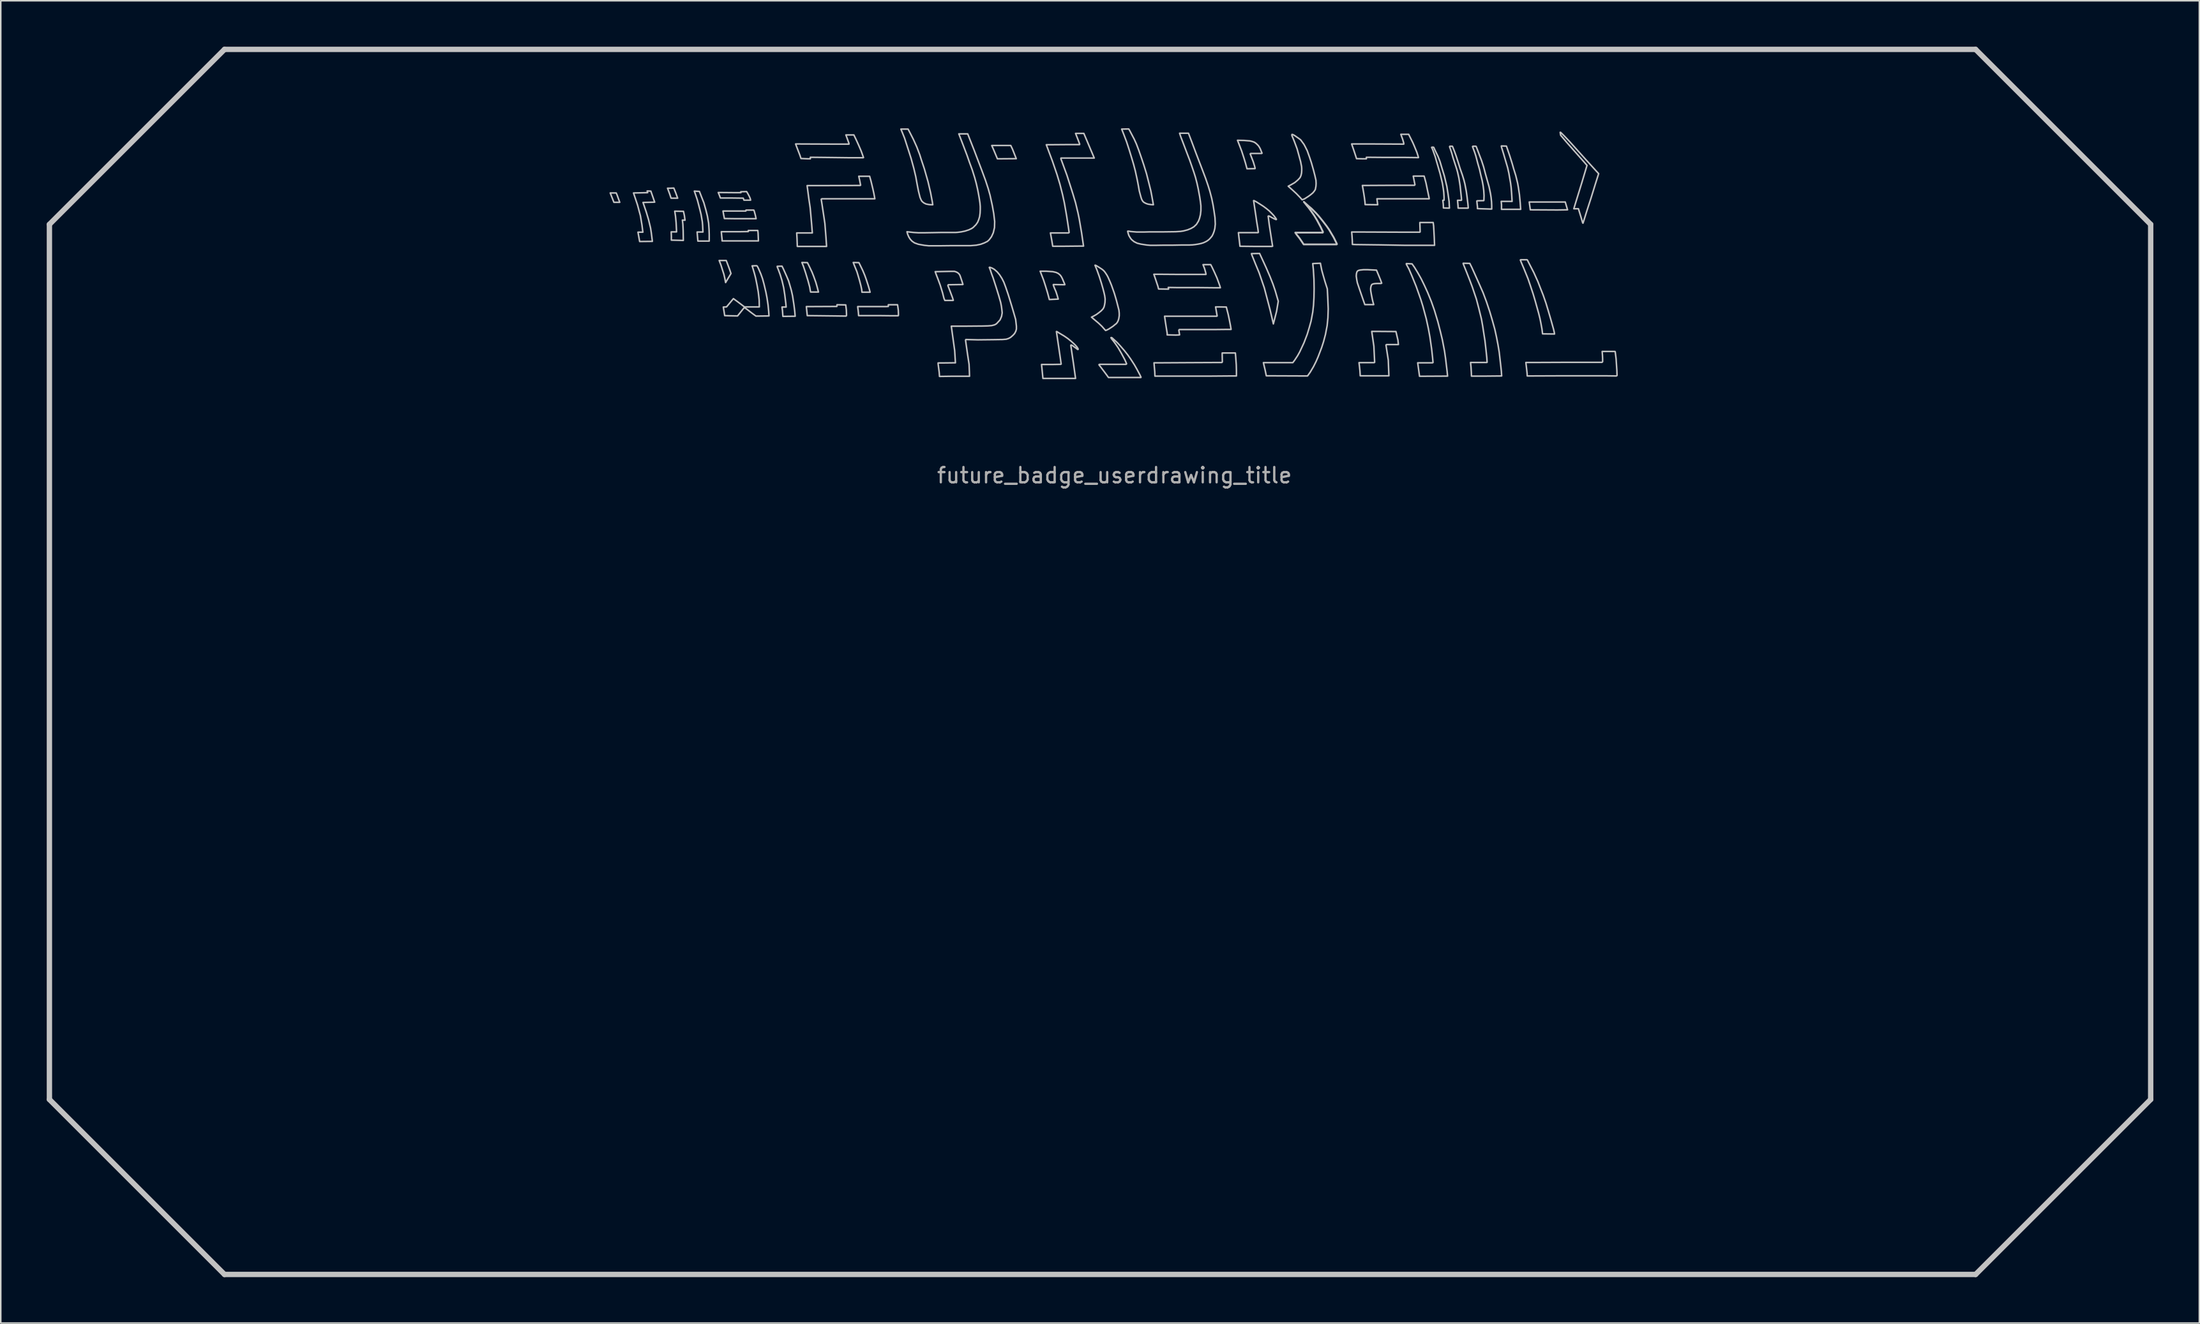
<source format=kicad_pcb>
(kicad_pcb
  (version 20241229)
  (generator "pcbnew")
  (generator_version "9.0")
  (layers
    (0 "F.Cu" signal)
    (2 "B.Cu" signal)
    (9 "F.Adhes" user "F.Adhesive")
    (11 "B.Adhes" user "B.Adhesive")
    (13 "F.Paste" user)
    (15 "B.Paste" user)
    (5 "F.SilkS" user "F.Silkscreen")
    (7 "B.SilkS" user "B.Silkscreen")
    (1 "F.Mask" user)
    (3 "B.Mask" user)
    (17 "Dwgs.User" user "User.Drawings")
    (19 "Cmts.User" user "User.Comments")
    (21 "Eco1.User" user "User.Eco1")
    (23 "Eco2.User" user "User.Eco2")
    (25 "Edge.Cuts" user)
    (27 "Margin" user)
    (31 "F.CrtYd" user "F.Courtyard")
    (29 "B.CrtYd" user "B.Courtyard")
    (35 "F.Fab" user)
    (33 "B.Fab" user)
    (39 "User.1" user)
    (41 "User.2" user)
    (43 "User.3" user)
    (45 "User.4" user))
  (footprint "future_badge_userdrawing_title"
    (layer "F.Cu")
    (at 69.688 28.491)
    (property "Reference" "future_badge_userdrawing_title" (at 0 -0.5 0) (unlocked yes) (layer "F.Fab") (effects (font (size 1 1) (thickness 0.15))))
    (fp_line (start -69.513 -16.888) (end -69.513 40.255) (stroke (width 0.35) (type solid)) (layer "Dwgs.User"))
    (fp_line (start -69.513 40.255) (end -58.085 51.684) (stroke (width 0.35) (type solid)) (layer "Dwgs.User"))
    (fp_line (start -58.085 -28.316) (end -69.513 -16.888) (stroke (width 0.35) (type solid)) (layer "Dwgs.User"))
    (fp_line (start -58.085 51.684) (end 56.201 51.684) (stroke (width 0.35) (type solid)) (layer "Dwgs.User"))
    (fp_line (start 56.201 -28.316) (end -58.085 -28.316) (stroke (width 0.35) (type solid)) (layer "Dwgs.User"))
    (fp_line (start 56.201 51.684) (end 67.629 40.255) (stroke (width 0.35) (type solid)) (layer "Dwgs.User"))
    (fp_line (start 67.629 -16.888) (end 56.201 -28.316) (stroke (width 0.35) (type solid)) (layer "Dwgs.User"))
    (fp_line (start 67.629 40.255) (end 67.629 -16.888) (stroke (width 0.35) (type solid)) (layer "Dwgs.User"))
    (fp_poly (pts (xy -32.46 -18.8) (xy -32.29 -18.33) (xy -32.67 -18.33) (xy -32.91 -18.94) (xy -32.52 -18.94)) (stroke (width 0.1) (type solid)) (fill no) (layer "Dwgs.User"))
    (fp_poly (pts (xy -6.66 -21.81) (xy -6.41 -21.18) (xy -7.64 -21.17) (xy -7.87 -21.72) (xy -8.01 -22.04) (xy -6.77 -22.04)) (stroke (width 0.1) (type solid)) (fill no) (layer "Dwgs.User"))
    (fp_poly (pts (xy 29.57 -17.84) (xy 28.91 -17.83) (xy 27.14 -17.84) (xy 27.11 -18.06) (xy 27.07 -18.35) (xy 29.42 -18.35)) (stroke (width 0.1) (type solid)) (fill no) (layer "Dwgs.User"))
    (fp_poly (pts (xy -28.64 -18.96) (xy -28.51 -18.6) (xy -28.94 -18.6) (xy -29.04 -18.9) (xy -29.17 -19.25) (xy -28.98 -19.25) (xy -28.76 -19.26)) (stroke (width 0.1) (type solid)) (fill no) (layer "Dwgs.User"))
    (fp_poly (pts (xy -23.51 -17.75) (xy -23.44 -17.49) (xy -23.39 -17.26) (xy -24.75 -17.26) (xy -25.46 -17.27) (xy -25.47 -17.33) (xy -25.51 -17.53) (xy -25.55 -17.76) (xy -24.06 -17.76) (xy -24.05 -17.82) (xy -23.54 -17.82)) (stroke (width 0.1) (type solid)) (fill no) (layer "Dwgs.User"))
    (fp_poly (pts (xy -23.26 -16.32) (xy -23.25 -16.08) (xy -23.24 -15.81) (xy -25.61 -15.81) (xy -25.61 -15.9) (xy -25.64 -16.18) (xy -25.66 -16.41) (xy -24.46 -16.41) (xy -23.9 -16.42) (xy -23.9 -16.49) (xy -23.28 -16.49)) (stroke (width 0.1) (type solid)) (fill no) (layer "Dwgs.User"))
    (fp_poly (pts (xy -25.24 -14.27) (xy -25.11 -13.92) (xy -25.03 -13.68) (xy -25.19 -13.41) (xy -25.34 -13.16) (xy -25.38 -13.09) (xy -25.42 -13.31) (xy -25.49 -13.62) (xy -25.58 -13.9) (xy -25.68 -14.22) (xy -25.8 -14.53) (xy -25.34 -14.53)) (stroke (width 0.1) (type solid)) (fill no) (layer "Dwgs.User"))
    (fp_poly (pts (xy -17.54 -11.63) (xy -17.5 -11.31) (xy -17.49 -11.04) (xy -17.49 -10.93) (xy -17.52 -10.9) (xy -18.26 -10.91) (xy -19.13 -10.92) (xy -20.05 -10.93) (xy -20.08 -11.22) (xy -20.11 -11.52) (xy -18.12 -11.53) (xy -18.11 -11.64)) (stroke (width 0.1) (type solid)) (fill no) (layer "Dwgs.User"))
    (fp_poly (pts (xy -28.13 -17.74) (xy -28.07 -17.46) (xy -28.03 -17.16) (xy -28.2 -17.17) (xy -28.17 -16.9) (xy -28.15 -16.48) (xy -28.14 -15.84) (xy -28.92 -15.86) (xy -28.92 -16.11) (xy -28.93 -16.4) (xy -28.58 -16.4) (xy -28.61 -17) (xy -28.65 -17.42) (xy -28.7 -17.75)) (stroke (width 0.1) (type solid)) (fill no) (layer "Dwgs.User"))
    (fp_poly (pts (xy -23.93 -18.9) (xy -23.83 -18.71) (xy -23.77 -18.57) (xy -23.75 -18.47) (xy -24.18 -18.47) (xy -24.23 -18.6) (xy -25 -18.61) (xy -25.72 -18.61) (xy -25.79 -18.8) (xy -25.86 -18.97) (xy -24.76 -18.96) (xy -24.38 -18.96) (xy -24.39 -19.02) (xy -24.01 -19.03)) (stroke (width 0.1) (type solid)) (fill no) (layer "Dwgs.User"))
    (fp_poly (pts (xy -20.04 -14.39) (xy -19.94 -14.19) (xy -19.74 -13.77) (xy -19.63 -13.49) (xy -19.49 -13.1) (xy -19.4 -12.78) (xy -19.32 -12.47) (xy -19.83 -12.47) (xy -19.85 -12.55) (xy -19.89 -12.79) (xy -20 -13.2) (xy -20.16 -13.73) (xy -20.3 -14.15) (xy -20.4 -14.4)) (stroke (width 0.1) (type solid)) (fill no) (layer "Dwgs.User"))
    (fp_poly (pts (xy -16.68 -14.39) (xy -16.6 -14.23) (xy -16.43 -13.88) (xy -16.3 -13.57) (xy -16.2 -13.29) (xy -16.08 -12.92) (xy -16 -12.65) (xy -15.95 -12.46) (xy -16.48 -12.46) (xy -16.5 -12.65) (xy -16.55 -12.88) (xy -16.63 -13.19) (xy -16.72 -13.5) (xy -16.81 -13.8) (xy -16.98 -14.22) (xy -17.05 -14.4)) (stroke (width 0.1) (type solid)) (fill no) (layer "Dwgs.User"))
    (fp_poly (pts (xy -14.14 -11.52) (xy -14.11 -11.29) (xy -14.1 -11.06) (xy -14.1 -10.95) (xy -14.12 -10.92) (xy -14.49 -10.92) (xy -15.37 -10.93) (xy -16.7 -10.93) (xy -16.71 -11.09) (xy -16.73 -11.28) (xy -16.75 -11.43) (xy -16.76 -11.52) (xy -14.92 -11.52) (xy -14.76 -11.53) (xy -14.76 -11.64) (xy -14.16 -11.64)) (stroke (width 0.1) (type solid)) (fill no) (layer "Dwgs.User"))
    (fp_poly (pts (xy 9.67 -14.56) (xy 9.9 -14.06) (xy 10.15 -13.48) (xy 10.34 -13) (xy 10.49 -12.56) (xy 10.69 -11.87) (xy 10.58 -11.21) (xy 10.37 -10.39) (xy 10.31 -10.65) (xy 10.16 -11.29) (xy 9.78 -12.74) (xy 9.44 -13.73) (xy 9.2 -14.31) (xy 8.96 -14.91) (xy 8.94 -14.98) (xy 9.47 -14.99)) (stroke (width 0.1) (type solid)) (fill no) (layer "Dwgs.User"))
    (fp_poly (pts (xy -30.26 -19.06) (xy -30.01 -18.34) (xy -30.77 -18.32) (xy -30.56 -17.7) (xy -30.41 -17.2) (xy -30.28 -16.66) (xy -30.23 -16.34) (xy -30.16 -15.78) (xy -30.99 -15.77) (xy -31.1 -16.38) (xy -30.78 -16.38) (xy -30.84 -16.85) (xy -30.94 -17.45) (xy -31.13 -18.16) (xy -31.39 -18.94) (xy -30.47 -18.96) (xy -30.5 -19.07)) (stroke (width 0.1) (type solid)) (fill no) (layer "Dwgs.User"))
    (fp_poly (pts (xy 7.91 -8.27) (xy 7.95 -7.72) (xy 7.96 -7.35) (xy 7.96 -6.99) (xy 7.52 -6.99) (xy 6.26 -6.98) (xy 2.64 -6.98) (xy 2.63 -7.26) (xy 2.6 -7.6) (xy 2.58 -7.85) (xy 3.15 -7.85) (xy 4.91 -7.86) (xy 7.01 -7.87) (xy 7.04 -7.91) (xy 7.03 -8.38) (xy 7.03 -8.49) (xy 7.89 -8.49)) (stroke (width 0.1) (type solid)) (fill no) (layer "Dwgs.User"))
    (fp_poly (pts (xy 20.25 -19.9) (xy 20.33 -19.6) (xy 20.53 -18.64) (xy 20.54 -18.56) (xy 17.13 -18.56) (xy 17.18 -18.17) (xy 16.36 -18.18) (xy 16.35 -18.34) (xy 16.31 -18.65) (xy 16.27 -18.91) (xy 16.18 -19.43) (xy 16.47 -19.43) (xy 18.28 -19.44) (xy 19.58 -19.44) (xy 19.61 -19.48) (xy 19.5 -20.04) (xy 20.21 -20.04)) (stroke (width 0.1) (type solid)) (fill no) (layer "Dwgs.User"))
    (fp_poly (pts (xy 20.83 -16.78) (xy 20.87 -16.05) (xy 20.89 -15.52) (xy 19.02 -15.52) (xy 17.33 -15.55) (xy 16.51 -15.56) (xy 15.75 -15.57) (xy 15.53 -15.58) (xy 15.52 -15.86) (xy 15.5 -16.17) (xy 15.48 -16.39) (xy 16.22 -16.39) (xy 18.72 -16.38) (xy 19.93 -16.38) (xy 19.95 -16.4) (xy 19.93 -17.01) (xy 20.8 -17.01)) (stroke (width 0.1) (type solid)) (fill no) (layer "Dwgs.User"))
    (fp_poly (pts (xy 18.37 -9.89) (xy 18.5 -9.33) (xy 18.53 -9.04) (xy 17.75 -9.04) (xy 17.72 -9.01) (xy 17.75 -8.81) (xy 17.87 -8.03) (xy 17.91 -7) (xy 16.04 -7) (xy 16.02 -7.32) (xy 15.99 -7.61) (xy 15.96 -7.86) (xy 16.95 -7.86) (xy 16.98 -7.88) (xy 16.97 -8.1) (xy 16.93 -8.93) (xy 16.79 -9.9) (xy 17.08 -9.9)) (stroke (width 0.1) (type solid)) (fill no) (layer "Dwgs.User"))
    (fp_poly (pts (xy -27.09 -19.04) (xy -26.95 -18.68) (xy -26.8 -18.3) (xy -26.67 -17.84) (xy -26.57 -17.44) (xy -26.49 -16.98) (xy -26.46 -16.54) (xy -26.45 -16.23) (xy -26.45 -15.8) (xy -27.19 -15.8) (xy -27.24 -16.39) (xy -26.86 -16.39) (xy -26.88 -16.83) (xy -26.9 -17.06) (xy -26.98 -17.53) (xy -27.06 -17.86) (xy -27.22 -18.47) (xy -27.34 -18.83) (xy -27.42 -19.06)) (stroke (width 0.1) (type solid)) (fill no) (layer "Dwgs.User"))
    (fp_poly (pts (xy 19.47 -22.23) (xy 19.57 -22) (xy 19.73 -21.61) (xy 19.83 -21.3) (xy 19.84 -21.25) (xy 19.73 -21.25) (xy 18.94 -21.26) (xy 17.6 -21.26) (xy 16.44 -21.27) (xy 16.44 -21.17) (xy 16.25 -21.17) (xy 15.8 -21.18) (xy 15.68 -21.55) (xy 15.48 -22.14) (xy 16.91 -22.14) (xy 18.88 -22.13) (xy 18.88 -22.2) (xy 18.81 -22.44) (xy 18.69 -22.77) (xy 19.2 -22.77)) (stroke (width 0.1) (type solid)) (fill no) (layer "Dwgs.User"))
    (fp_poly (pts (xy 29.36 -22.66) (xy 29.71 -22.29) (xy 30.78 -21.1) (xy 31.6 -20.2) (xy 31.4 -19.57) (xy 31.1 -18.6) (xy 30.84 -17.8) (xy 30.58 -16.97) (xy 30.56 -16.98) (xy 30.47 -17.29) (xy 30.28 -17.91) (xy 29.98 -17.91) (xy 30.11 -18.34) (xy 30.52 -19.67) (xy 30.84 -20.74) (xy 30.66 -20.95) (xy 29.51 -22.25) (xy 29.12 -22.71) (xy 29.09 -22.9) (xy 29.12 -22.9)) (stroke (width 0.1) (type solid)) (fill no) (layer "Dwgs.User"))
    (fp_poly (pts (xy 32.68 -8.58) (xy 32.74 -8.1) (xy 32.76 -7.79) (xy 32.79 -7.34) (xy 32.8 -7.02) (xy 32.76 -6.99) (xy 31.99 -7) (xy 29.43 -7) (xy 26.94 -6.99) (xy 26.93 -7.16) (xy 26.89 -7.53) (xy 26.85 -7.87) (xy 27.25 -7.87) (xy 29.6 -7.88) (xy 31.82 -7.88) (xy 31.86 -7.92) (xy 31.86 -8.11) (xy 31.85 -8.33) (xy 31.83 -8.59) (xy 32.65 -8.59)) (stroke (width 0.1) (type solid)) (fill no) (layer "Dwgs.User"))
    (fp_poly (pts (xy -21.62 -14) (xy -21.4 -13.51) (xy -21.27 -13.2) (xy -21.19 -12.93) (xy -21.09 -12.58) (xy -21.01 -12.22) (xy -20.92 -11.63) (xy -20.87 -11.23) (xy -20.84 -10.89) (xy -21.64 -10.88) (xy -21.65 -11) (xy -21.67 -11.27) (xy -21.7 -11.49) (xy -21.43 -11.49) (xy -21.45 -11.73) (xy -21.52 -12.3) (xy -21.59 -12.75) (xy -21.7 -13.22) (xy -21.82 -13.61) (xy -21.93 -13.91) (xy -22.01 -14.11) (xy -22.01 -14.15) (xy -21.7 -14.16)) (stroke (width 0.1) (type solid)) (fill no) (layer "Dwgs.User"))
    (fp_poly (pts (xy -16.87 -22.44) (xy -16.71 -22.09) (xy -16.55 -21.72) (xy -16.49 -21.56) (xy -16.38 -21.25) (xy -16.42 -21.24) (xy -17.25 -21.24) (xy -18.91 -21.26) (xy -19.85 -21.27) (xy -19.85 -21.17) (xy -19.99 -21.17) (xy -20.46 -21.19) (xy -20.53 -21.4) (xy -20.61 -21.61) (xy -20.73 -21.92) (xy -20.81 -22.14) (xy -20.61 -22.14) (xy -18.32 -22.13) (xy -17.33 -22.13) (xy -17.33 -22.18) (xy -17.42 -22.43) (xy -17.53 -22.73) (xy -17.01 -22.73)) (stroke (width 0.1) (type solid)) (fill no) (layer "Dwgs.User"))
    (fp_poly (pts (xy -4.02 -13.8) (xy -3.81 -13.75) (xy -3.68 -13.69) (xy -3.59 -13.62) (xy -3.52 -13.55) (xy -3.45 -13.44) (xy -3.39 -13.32) (xy -3.32 -13.15) (xy -3.25 -12.99) (xy -3.24 -12.95) (xy -3.4 -12.95) (xy -3.99 -12.96) (xy -3.99 -12.92) (xy -3.92 -12.73) (xy -3.82 -12.5) (xy -3.73 -12.22) (xy -3.67 -12.01) (xy -4.25 -11.98) (xy -4.37 -12.43) (xy -4.51 -12.89) (xy -4.63 -13.26) (xy -4.85 -13.83) (xy -4.45 -13.83)) (stroke (width 0.1) (type solid)) (fill no) (layer "Dwgs.User"))
    (fp_poly (pts (xy 6.36 -14.11) (xy 6.52 -13.77) (xy 6.69 -13.39) (xy 6.8 -13.09) (xy 6.88 -12.86) (xy 6.91 -12.75) (xy 6.45 -12.75) (xy 5.43 -12.76) (xy 4.1 -12.76) (xy 3.51 -12.77) (xy 3.53 -12.66) (xy 2.88 -12.67) (xy 2.83 -12.86) (xy 2.65 -13.4) (xy 2.57 -13.63) (xy 2.92 -13.63) (xy 4.28 -13.62) (xy 5.97 -13.62) (xy 5.97 -13.66) (xy 5.94 -13.79) (xy 5.88 -14) (xy 5.78 -14.26) (xy 6.28 -14.26)) (stroke (width 0.1) (type solid)) (fill no) (layer "Dwgs.User"))
    (fp_poly (pts (xy 8.46 -22.37) (xy 8.84 -22.34) (xy 9 -22.3) (xy 9.14 -22.25) (xy 9.26 -22.16) (xy 9.39 -22.03) (xy 9.47 -21.91) (xy 9.53 -21.79) (xy 9.58 -21.66) (xy 9.63 -21.54) (xy 9.61 -21.52) (xy 8.89 -21.52) (xy 8.86 -21.49) (xy 9.06 -20.97) (xy 9.14 -20.71) (xy 9.18 -20.55) (xy 9.17 -20.53) (xy 8.65 -20.52) (xy 8.55 -20.89) (xy 8.44 -21.25) (xy 8.3 -21.68) (xy 8.17 -22.02) (xy 8.03 -22.38)) (stroke (width 0.1) (type solid)) (fill no) (layer "Dwgs.User"))
    (fp_poly (pts (xy 7.3 -11.49) (xy 7.34 -11.33) (xy 7.42 -11.02) (xy 7.49 -10.69) (xy 7.57 -10.28) (xy 7.61 -10.03) (xy 7.35 -10.03) (xy 6.45 -10.02) (xy 4.23 -10.02) (xy 4.2 -9.98) (xy 4.25 -9.68) (xy 4.24 -9.67) (xy 4 -9.66) (xy 3.58 -9.67) (xy 3.44 -9.67) (xy 3.44 -9.78) (xy 3.4 -10.03) (xy 3.32 -10.54) (xy 3.27 -10.89) (xy 6.68 -10.89) (xy 6.7 -10.91) (xy 6.63 -11.32) (xy 6.6 -11.5) (xy 6.76 -11.5)) (stroke (width 0.1) (type solid)) (fill no) (layer "Dwgs.User"))
    (fp_poly (pts (xy 25.58 -22) (xy 25.63 -21.86) (xy 25.8 -21.36) (xy 25.96 -20.85) (xy 26.05 -20.53) (xy 26.19 -20.08) (xy 26.31 -19.59) (xy 26.36 -19.31) (xy 26.43 -18.84) (xy 26.48 -18.31) (xy 26.51 -17.87) (xy 25.26 -17.87) (xy 25.26 -18.18) (xy 25.24 -18.39) (xy 25.95 -18.39) (xy 25.94 -18.58) (xy 25.92 -18.91) (xy 25.89 -19.29) (xy 25.85 -19.6) (xy 25.74 -20.23) (xy 25.66 -20.59) (xy 25.39 -21.51) (xy 25.26 -21.93) (xy 25.25 -22.01)) (stroke (width 0.1) (type solid)) (fill no) (layer "Dwgs.User"))
    (fp_poly (pts (xy 12.67 -18.08) (xy 12.86 -17.92) (xy 13.14 -17.64) (xy 13.33 -17.43) (xy 13.59 -17.11) (xy 13.85 -16.77) (xy 14.01 -16.54) (xy 14.11 -16.37) (xy 14.3 -16.05) (xy 14.47 -15.71) (xy 14.52 -15.6) (xy 14.5 -15.58) (xy 12.35 -15.58) (xy 12.23 -15.76) (xy 12.08 -15.98) (xy 11.89 -16.22) (xy 11.8 -16.35) (xy 13.59 -16.35) (xy 13.61 -16.39) (xy 13.46 -16.71) (xy 13.22 -17.16) (xy 13.04 -17.46) (xy 12.83 -17.76) (xy 12.67 -17.98) (xy 12.57 -18.1) (xy 12.36 -18.36)) (stroke (width 0.12) (type solid)) (fill no) (layer "Dwgs.User"))
    (fp_poly (pts (xy 26.95 -14.56) (xy 27.05 -14.36) (xy 27.37 -13.74) (xy 27.64 -13.14) (xy 27.79 -12.75) (xy 27.98 -12.27) (xy 28.16 -11.75) (xy 28.32 -11.22) (xy 28.49 -10.64) (xy 28.66 -10.03) (xy 28.71 -9.81) (xy 28.72 -9.73) (xy 27.94 -9.74) (xy 27.9 -10.06) (xy 27.83 -10.44) (xy 27.77 -10.74) (xy 27.68 -11.1) (xy 27.46 -11.89) (xy 27.32 -12.36) (xy 27.14 -12.9) (xy 26.99 -13.34) (xy 26.71 -14.03) (xy 26.54 -14.43) (xy 26.49 -14.56) (xy 26.51 -14.58) (xy 26.92 -14.58)) (stroke (width 0.1) (type solid)) (fill no) (layer "Dwgs.User"))
    (fp_poly (pts (xy -15.89 -19.71) (xy -15.77 -19.21) (xy -15.7 -18.89) (xy -15.64 -18.56) (xy -19.1 -18.56) (xy -19.14 -18.53) (xy -19.09 -18.21) (xy -18.96 -17.35) (xy -18.9 -16.94) (xy -18.83 -16.05) (xy -18.79 -15.45) (xy -20.7 -15.45) (xy -20.71 -15.71) (xy -20.72 -15.99) (xy -20.74 -16.33) (xy -19.72 -16.33) (xy -19.76 -16.84) (xy -19.8 -17.3) (xy -19.86 -17.97) (xy -19.95 -18.58) (xy -20.06 -19.42) (xy -19.33 -19.42) (xy -16.59 -19.43) (xy -16.57 -19.45) (xy -16.63 -19.76) (xy -16.69 -20.03) (xy -15.98 -20.03)) (stroke (width 0.1) (type solid)) (fill no) (layer "Dwgs.User"))
    (fp_poly (pts (xy -10.32 -13.78) (xy -10.23 -13.73) (xy -10.15 -13.66) (xy -10.09 -13.57) (xy -10.04 -13.43) (xy -9.95 -13.16) (xy -9.89 -12.97) (xy -9.9 -12.96) (xy -9.98 -12.96) (xy -10.62 -12.95) (xy -10.84 -12.95) (xy -10.86 -12.93) (xy -10.87 -12.89) (xy -10.84 -12.81) (xy -10.72 -12.5) (xy -10.57 -12.1) (xy -10.52 -11.93) (xy -10.56 -11.92) (xy -11.07 -11.92) (xy -11.13 -12.06) (xy -11.22 -12.42) (xy -11.37 -12.91) (xy -11.51 -13.29) (xy -11.63 -13.6) (xy -11.7 -13.8) (xy -11.24 -13.81) (xy -10.74 -13.82) (xy -10.44 -13.82)) (stroke (width 0.1) (type solid)) (fill no) (layer "Dwgs.User"))
    (fp_poly (pts (xy -0.17 -9.49) (xy 0.18 -9.17) (xy 0.4 -8.93) (xy 0.65 -8.64) (xy 0.87 -8.36) (xy 1.06 -8.09) (xy 1.3 -7.72) (xy 1.47 -7.42) (xy 1.66 -7.06) (xy 1.73 -6.91) (xy 1.72 -6.89) (xy -0.39 -6.89) (xy -0.58 -7.15) (xy -0.95 -7.64) (xy -1 -7.7) (xy -1.01 -7.73) (xy -0.98 -7.75) (xy 0.76 -7.75) (xy 0.79 -7.78) (xy 0.76 -7.86) (xy 0.68 -8.04) (xy 0.45 -8.47) (xy 0.24 -8.83) (xy 0.07 -9.08) (xy -0.07 -9.27) (xy -0.2 -9.43) (xy -0.23 -9.49) (xy -0.21 -9.5)) (stroke (width 0.1) (type solid)) (fill no) (layer "Dwgs.User"))
    (fp_poly (pts (xy 20.84 -21.91) (xy 20.93 -21.71) (xy 21.11 -21.34) (xy 21.24 -21.01) (xy 21.38 -20.54) (xy 21.53 -20.05) (xy 21.66 -19.5) (xy 21.69 -19.38) (xy 21.77 -18.88) (xy 21.84 -18.37) (xy 21.86 -17.95) (xy 21.47 -17.96) (xy 21.46 -18.2) (xy 21.43 -18.46) (xy 21.51 -18.47) (xy 21.51 -18.68) (xy 21.49 -18.99) (xy 21.46 -19.22) (xy 21.4 -19.59) (xy 21.34 -19.84) (xy 21.25 -20.21) (xy 21.1 -20.73) (xy 21.01 -21.04) (xy 20.94 -21.29) (xy 20.77 -21.77) (xy 20.7 -21.92) (xy 20.73 -21.93) (xy 20.82 -21.93)) (stroke (width 0.1) (type solid)) (fill no) (layer "Dwgs.User"))
    (fp_poly (pts (xy -3.62 -9.8) (xy -3.27 -9.59) (xy -3.04 -9.43) (xy -2.82 -9.25) (xy -2.61 -9.06) (xy -2.47 -8.91) (xy -2.39 -8.79) (xy -2.37 -8.74) (xy -2.38 -8.72) (xy -2.42 -8.73) (xy -2.49 -8.79) (xy -2.63 -8.89) (xy -2.72 -8.96) (xy -2.81 -9.01) (xy -2.84 -9.01) (xy -2.85 -8.98) (xy -2.84 -8.92) (xy -2.8 -8.64) (xy -2.67 -7.76) (xy -2.54 -6.83) (xy -4.67 -6.83) (xy -4.76 -7.74) (xy -4.07 -7.74) (xy -3.5 -7.75) (xy -3.48 -7.77) (xy -3.53 -8.13) (xy -3.63 -8.81) (xy -3.79 -9.89) (xy -3.76 -9.89)) (stroke (width 0.1) (type solid)) (fill no) (layer "Dwgs.User"))
    (fp_poly (pts (xy -13.34 -22.86) (xy -13.13 -22.45) (xy -12.9 -21.94) (xy -12.71 -21.44) (xy -12.61 -21.12) (xy -12.41 -20.52) (xy -12.17 -19.68) (xy -12 -18.95) (xy -11.89 -18.37) (xy -11.86 -18.17) (xy -11.93 -18.17) (xy -12.1 -18.18) (xy -12.3 -18.22) (xy -12.44 -18.29) (xy -12.54 -18.37) (xy -12.59 -18.43) (xy -12.64 -18.53) (xy -12.69 -18.65) (xy -12.79 -19.05) (xy -12.84 -19.3) (xy -12.9 -19.62) (xy -12.97 -20.01) (xy -13.1 -20.56) (xy -13.27 -21.18) (xy -13.41 -21.62) (xy -13.61 -22.24) (xy -13.7 -22.52) (xy -13.84 -22.87) (xy -13.94 -23.11) (xy -13.47 -23.11)) (stroke (width 0.1) (type solid)) (fill no) (layer "Dwgs.User"))
    (fp_poly (pts (xy 19.42 -14.31) (xy 19.57 -14.1) (xy 19.79 -13.74) (xy 20.02 -13.33) (xy 20.23 -12.9) (xy 20.44 -12.44) (xy 20.68 -11.85) (xy 20.88 -11.28) (xy 21.1 -10.55) (xy 21.27 -9.89) (xy 21.4 -9.35) (xy 21.54 -8.62) (xy 21.61 -8.13) (xy 21.71 -7.29) (xy 21.74 -6.98) (xy 19.91 -6.97) (xy 19.79 -7.85) (xy 20.76 -7.85) (xy 20.79 -7.87) (xy 20.76 -8.2) (xy 20.7 -8.75) (xy 20.59 -9.52) (xy 20.49 -10.07) (xy 20.35 -10.72) (xy 20.13 -11.54) (xy 19.99 -11.99) (xy 19.69 -12.84) (xy 19.43 -13.48) (xy 19.22 -13.97) (xy 19.05 -14.28) (xy 19.05 -14.33)) (stroke (width 0.1) (type solid)) (fill no) (layer "Dwgs.User"))
    (fp_poly (pts (xy 22.07 -21.96) (xy 22.18 -21.68) (xy 22.3 -21.35) (xy 22.43 -20.95) (xy 22.56 -20.53) (xy 22.71 -20.1) (xy 22.81 -19.77) (xy 22.87 -19.53) (xy 22.96 -19.06) (xy 23.01 -18.7) (xy 23.07 -18.2) (xy 23.09 -17.96) (xy 23.08 -17.95) (xy 22.43 -17.95) (xy 22.42 -18.13) (xy 22.4 -18.34) (xy 22.39 -18.46) (xy 22.64 -18.46) (xy 22.65 -18.48) (xy 22.64 -18.64) (xy 22.56 -19.4) (xy 22.48 -19.91) (xy 22.39 -20.31) (xy 22.34 -20.49) (xy 22.24 -20.8) (xy 22.09 -21.26) (xy 22.01 -21.55) (xy 21.93 -21.79) (xy 21.87 -21.96) (xy 21.89 -21.99) (xy 22.05 -21.99)) (stroke (width 0.1) (type solid)) (fill no) (layer "Dwgs.User"))
    (fp_poly (pts (xy -23.32 -14.17) (xy -23.24 -14.02) (xy -23.08 -13.65) (xy -22.97 -13.34) (xy -22.87 -12.97) (xy -22.75 -12.46) (xy -22.68 -12.1) (xy -22.61 -11.63) (xy -22.57 -11.22) (xy -22.55 -10.91) (xy -23.4 -10.9) (xy -23.66 -11.09) (xy -24.01 -11.36) (xy -24.16 -11.46) (xy -24.6 -10.91) (xy -25.13 -10.92) (xy -25.44 -10.93) (xy -25.48 -11.19) (xy -25.53 -11.49) (xy -25.32 -11.5) (xy -24.87 -12.04) (xy -24.36 -11.66) (xy -24.15 -11.5) (xy -23.18 -11.5) (xy -23.19 -11.96) (xy -23.25 -12.48) (xy -23.32 -12.88) (xy -23.42 -13.38) (xy -23.5 -13.69) (xy -23.61 -14.06) (xy -23.65 -14.18) (xy -23.36 -14.19)) (stroke (width 0.1) (type solid)) (fill no) (layer "Dwgs.User"))
    (fp_poly (pts (xy 16.9 -13.91) (xy 17.1 -13.9) (xy 17.2 -13.66) (xy 17.36 -13.27) (xy 17.44 -13.05) (xy 17.4 -13.03) (xy 17.14 -13.03) (xy 16.98 -13.02) (xy 16.88 -13) (xy 16.81 -12.97) (xy 16.77 -12.92) (xy 16.74 -12.83) (xy 16.72 -12.72) (xy 16.72 -12.62) (xy 16.73 -12.52) (xy 16.77 -12.29) (xy 16.83 -11.99) (xy 16.87 -11.82) (xy 16.92 -11.65) (xy 16.34 -11.65) (xy 16.18 -12.11) (xy 15.96 -12.75) (xy 15.85 -13.08) (xy 15.81 -13.29) (xy 15.78 -13.51) (xy 15.79 -13.66) (xy 15.82 -13.78) (xy 15.87 -13.85) (xy 15.95 -13.89) (xy 16.06 -13.91) (xy 16.26 -13.93) (xy 16.51 -13.93)) (stroke (width 0.1) (type solid)) (fill no) (layer "Dwgs.User"))
    (fp_poly (pts (xy 9.26 -18.36) (xy 9.53 -18.19) (xy 9.73 -18.06) (xy 9.93 -17.91) (xy 10.1 -17.77) (xy 10.27 -17.6) (xy 10.4 -17.46) (xy 10.52 -17.3) (xy 10.57 -17.22) (xy 10.55 -17.2) (xy 10.41 -17.26) (xy 10.26 -17.34) (xy 10.12 -17.42) (xy 10.06 -17.44) (xy 10.03 -17.42) (xy 10.04 -17.36) (xy 10.1 -16.88) (xy 10.22 -16.1) (xy 10.32 -15.46) (xy 10.28 -15.45) (xy 9.07 -15.45) (xy 8.19 -15.46) (xy 8.15 -15.82) (xy 8.11 -16.15) (xy 8.09 -16.35) (xy 9.37 -16.35) (xy 9.39 -16.37) (xy 9.35 -16.66) (xy 9.28 -17.08) (xy 9.24 -17.37) (xy 9.16 -17.9) (xy 9.08 -18.44) (xy 9.11 -18.44)) (stroke (width 0.1) (type solid)) (fill no) (layer "Dwgs.User"))
    (fp_poly (pts (xy 0.98 -23.04) (xy 1.08 -22.85) (xy 1.19 -22.64) (xy 1.29 -22.45) (xy 1.43 -22.14) (xy 1.59 -21.72) (xy 1.78 -21.17) (xy 1.91 -20.78) (xy 2.09 -20.2) (xy 2.23 -19.65) (xy 2.37 -19.09) (xy 2.43 -18.78) (xy 2.54 -18.17) (xy 2.38 -18.18) (xy 2.19 -18.21) (xy 2.07 -18.25) (xy 1.95 -18.31) (xy 1.88 -18.36) (xy 1.82 -18.44) (xy 1.77 -18.54) (xy 1.73 -18.66) (xy 1.67 -18.88) (xy 1.62 -19.07) (xy 1.56 -19.41) (xy 1.49 -19.78) (xy 1.36 -20.38) (xy 1.25 -20.8) (xy 1.14 -21.17) (xy 0.96 -21.76) (xy 0.79 -22.28) (xy 0.62 -22.73) (xy 0.53 -22.96) (xy 0.47 -23.11) (xy 0.93 -23.12)) (stroke (width 0.1) (type solid)) (fill no) (layer "Dwgs.User"))
    (fp_poly (pts (xy -1.32 -21.22) (xy -3.49 -21.22) (xy -3.5 -21.18) (xy -3.36 -20.8) (xy -3.1 -20.09) (xy -2.94 -19.59) (xy -2.72 -18.9) (xy -2.54 -18.3) (xy -2.38 -17.63) (xy -2.3 -17.24) (xy -2.15 -16.36) (xy -2.02 -15.47) (xy -2.35 -15.47) (xy -3.38 -15.46) (xy -4.03 -15.46) (xy -4.09 -15.83) (xy -4.18 -16.33) (xy -3 -16.33) (xy -2.96 -16.36) (xy -3 -16.65) (xy -3.12 -17.43) (xy -3.27 -18.29) (xy -3.39 -18.84) (xy -3.56 -19.51) (xy -3.75 -20.14) (xy -4.05 -21.02) (xy -4.29 -21.66) (xy -4.45 -22.09) (xy -4.24 -22.09) (xy -2.93 -22.1) (xy -2.28 -22.1) (xy -2.27 -22.13) (xy -2.36 -22.37) (xy -2.54 -22.83) (xy -2 -22.83)) (stroke (width 0.1) (type solid)) (fill no) (layer "Dwgs.User"))
    (fp_poly (pts (xy 23.19 -14.34) (xy 23.32 -14.08) (xy 23.55 -13.57) (xy 23.8 -13.01) (xy 24.06 -12.42) (xy 24.28 -11.83) (xy 24.49 -11.2) (xy 24.67 -10.59) (xy 24.82 -10.05) (xy 24.93 -9.55) (xy 25.03 -9.03) (xy 25.11 -8.55) (xy 25.2 -7.76) (xy 25.25 -7.3) (xy 25.27 -6.99) (xy 24.22 -6.98) (xy 23.3 -6.98) (xy 23.29 -7.23) (xy 23.27 -7.56) (xy 23.24 -7.87) (xy 24.29 -7.87) (xy 24.32 -7.88) (xy 24.3 -8.19) (xy 24.25 -8.67) (xy 24.18 -9.29) (xy 24.12 -9.67) (xy 24.03 -10.26) (xy 23.95 -10.71) (xy 23.78 -11.4) (xy 23.62 -12.01) (xy 23.35 -12.81) (xy 23.2 -13.21) (xy 23 -13.72) (xy 22.76 -14.32) (xy 22.76 -14.35)) (stroke (width 0.1) (type solid)) (fill no) (layer "Dwgs.User"))
    (fp_poly (pts (xy 23.61 -21.97) (xy 23.72 -21.68) (xy 23.86 -21.31) (xy 23.96 -21.05) (xy 24.09 -20.65) (xy 24.22 -20.16) (xy 24.45 -19.34) (xy 24.54 -18.91) (xy 24.58 -18.65) (xy 24.61 -18.36) (xy 24.62 -18.13) (xy 24.62 -17.89) (xy 24.53 -17.89) (xy 24.23 -17.9) (xy 23.87 -17.91) (xy 23.69 -17.92) (xy 23.69 -18.04) (xy 23.67 -18.21) (xy 23.65 -18.41) (xy 23.67 -18.43) (xy 24.1 -18.44) (xy 24.11 -18.46) (xy 24.12 -18.77) (xy 24.1 -19.1) (xy 24.06 -19.41) (xy 24 -19.74) (xy 23.91 -20.1) (xy 23.83 -20.46) (xy 23.71 -20.88) (xy 23.59 -21.34) (xy 23.51 -21.59) (xy 23.39 -21.91) (xy 23.37 -21.97) (xy 23.39 -21.99) (xy 23.59 -21.99)) (stroke (width 0.1) (type solid)) (fill no) (layer "Dwgs.User"))
    (fp_poly (pts (xy 13.47 -14.19) (xy 13.53 -13.89) (xy 13.61 -13.6) (xy 13.74 -13.15) (xy 13.89 -12.68) (xy 13.92 -12.11) (xy 13.95 -11.37) (xy 13.93 -10.79) (xy 13.88 -10.28) (xy 13.77 -9.7) (xy 13.64 -9.21) (xy 13.52 -8.84) (xy 13.29 -8.24) (xy 13.16 -7.94) (xy 12.99 -7.6) (xy 12.77 -7.23) (xy 12.6 -6.99) (xy 12.45 -6.99) (xy 9.91 -7) (xy 9.83 -7.39) (xy 9.76 -7.68) (xy 9.72 -7.86) (xy 11.64 -7.86) (xy 11.76 -8.02) (xy 11.95 -8.31) (xy 12.09 -8.56) (xy 12.37 -9.16) (xy 12.58 -9.71) (xy 12.71 -10.14) (xy 12.83 -10.57) (xy 12.94 -11.16) (xy 12.99 -11.6) (xy 13.02 -12.13) (xy 13.03 -12.7) (xy 13.02 -13.29) (xy 12.98 -13.94) (xy 12.94 -14.33) (xy 13.44 -14.35)) (stroke (width 0.1) (type solid)) (fill no) (layer "Dwgs.User"))
    (fp_poly (pts (xy 11.76 -22.69) (xy 12.03 -22.5) (xy 12.15 -22.41) (xy 12.37 -22.11) (xy 12.46 -21.94) (xy 12.58 -21.7) (xy 12.73 -21.28) (xy 12.85 -20.92) (xy 12.99 -20.43) (xy 13.08 -20.08) (xy 13.15 -19.77) (xy 13.16 -19.56) (xy 13.15 -19.39) (xy 13.11 -19.17) (xy 13.04 -19.06) (xy 12.95 -18.95) (xy 12.81 -18.83) (xy 12.66 -18.72) (xy 12.41 -18.56) (xy 12.31 -18.52) (xy 12.25 -18.49) (xy 12.13 -18.63) (xy 11.87 -18.9) (xy 11.61 -19.14) (xy 11.34 -19.38) (xy 11.53 -19.48) (xy 11.77 -19.62) (xy 11.97 -19.79) (xy 12.11 -19.94) (xy 12.17 -20.07) (xy 12.21 -20.24) (xy 12.22 -20.39) (xy 12.22 -20.55) (xy 12.21 -20.68) (xy 12.18 -20.82) (xy 12.15 -20.98) (xy 12.06 -21.31) (xy 11.92 -21.82) (xy 11.73 -22.33) (xy 11.58 -22.69) (xy 11.58 -22.76) (xy 11.63 -22.76)) (stroke (width 0.1) (type solid)) (fill no) (layer "Dwgs.User"))
    (fp_poly (pts (xy -1.16 -14.18) (xy -1 -14.08) (xy -0.83 -13.97) (xy -0.74 -13.9) (xy -0.66 -13.82) (xy -0.58 -13.71) (xy -0.49 -13.57) (xy -0.42 -13.44) (xy -0.3 -13.17) (xy -0.2 -12.93) (xy -0.09 -12.62) (xy -0.01 -12.39) (xy 0.12 -11.95) (xy 0.19 -11.68) (xy 0.29 -11.29) (xy 0.31 -11.1) (xy 0.31 -10.92) (xy 0.28 -10.73) (xy 0.24 -10.6) (xy 0.19 -10.5) (xy 0.12 -10.41) (xy 0.03 -10.34) (xy -0.09 -10.24) (xy -0.24 -10.14) (xy -0.38 -10.05) (xy -0.5 -9.99) (xy -0.58 -9.96) (xy -0.68 -10.07) (xy -0.82 -10.23) (xy -1.04 -10.44) (xy -1.29 -10.65) (xy -1.5 -10.83) (xy -1.36 -10.9) (xy -1.17 -11.01) (xy -1.02 -11.12) (xy -0.86 -11.25) (xy -0.74 -11.38) (xy -0.68 -11.5) (xy -0.65 -11.62) (xy -0.62 -11.79) (xy -0.61 -12.01) (xy -0.62 -12.1) (xy -0.64 -12.24) (xy -0.68 -12.42) (xy -0.75 -12.69) (xy -0.85 -13.04) (xy -0.99 -13.48) (xy -1.14 -13.9) (xy -1.23 -14.12) (xy -1.27 -14.22) (xy -1.24 -14.22)) (stroke (width 0.1) (type solid)) (fill no) (layer "Dwgs.User"))
    (fp_poly (pts (xy -7.98 -14.03) (xy -7.84 -13.95) (xy -7.65 -13.78) (xy -7.5 -13.6) (xy -7.34 -13.35) (xy -7.22 -13.11) (xy -7.1 -12.79) (xy -6.94 -12.32) (xy -6.81 -11.9) (xy -6.7 -11.54) (xy -6.55 -11.03) (xy -6.45 -10.68) (xy -6.4 -10.24) (xy -6.4 -10.05) (xy -6.44 -9.91) (xy -6.52 -9.76) (xy -6.63 -9.64) (xy -6.78 -9.51) (xy -6.91 -9.44) (xy -7.06 -9.39) (xy -7.3 -9.37) (xy -7.96 -9.36) (xy -8.9 -9.35) (xy -9.7 -9.37) (xy -9.72 -9.33) (xy -9.69 -9.11) (xy -9.59 -8.41) (xy -9.49 -7.75) (xy -9.47 -7.28) (xy -9.46 -6.97) (xy -10.67 -6.97) (xy -11.42 -6.96) (xy -11.44 -7.24) (xy -11.48 -7.54) (xy -11.51 -7.78) (xy -11.51 -7.84) (xy -11.23 -7.84) (xy -10.38 -7.85) (xy -10.43 -8.65) (xy -10.65 -10.24) (xy -9.84 -10.24) (xy -8.63 -10.25) (xy -8.26 -10.26) (xy -8.01 -10.28) (xy -7.82 -10.33) (xy -7.7 -10.4) (xy -7.47 -10.65) (xy -7.37 -10.88) (xy -7.33 -11.11) (xy -7.35 -11.32) (xy -7.38 -11.55) (xy -7.43 -11.8) (xy -7.55 -12.22) (xy -7.72 -12.77) (xy -7.92 -13.39) (xy -8.02 -13.66) (xy -8.11 -13.93) (xy -8.17 -14.08) (xy -8.14 -14.09)) (stroke (width 0.1) (type solid)) (fill no) (layer "Dwgs.User"))
    (fp_poly (pts (xy -9.17 -21.76) (xy -8.66 -20.42) (xy -8.42 -19.77) (xy -8.24 -19.22) (xy -8.12 -18.79) (xy -7.97 -18.1) (xy -7.88 -17.59) (xy -7.82 -17.08) (xy -7.83 -16.68) (xy -7.91 -16.34) (xy -8.03 -16.08) (xy -8.18 -15.88) (xy -8.29 -15.78) (xy -8.49 -15.68) (xy -8.73 -15.59) (xy -9.02 -15.53) (xy -9.38 -15.5) (xy -10.57 -15.5) (xy -11.43 -15.49) (xy -12.11 -15.49) (xy -12.41 -15.52) (xy -12.8 -15.59) (xy -13.05 -15.68) (xy -13.21 -15.79) (xy -13.33 -15.92) (xy -13.42 -16.06) (xy -13.49 -16.22) (xy -13.53 -16.35) (xy -13.54 -16.41) (xy -13.47 -16.4) (xy -13.11 -16.36) (xy -12.79 -16.34) (xy -12.44 -16.34) (xy -11.84 -16.35) (xy -11.31 -16.36) (xy -10.37 -16.36) (xy -10.23 -16.37) (xy -10 -16.4) (xy -9.76 -16.45) (xy -9.51 -16.53) (xy -9.32 -16.62) (xy -9.22 -16.69) (xy -9.04 -16.87) (xy -8.93 -17.03) (xy -8.86 -17.2) (xy -8.8 -17.4) (xy -8.77 -17.63) (xy -8.76 -17.86) (xy -8.76 -18.06) (xy -8.78 -18.29) (xy -8.83 -18.62) (xy -8.89 -18.96) (xy -8.94 -19.21) (xy -9.02 -19.56) (xy -9.12 -19.93) (xy -9.28 -20.44) (xy -9.46 -20.93) (xy -9.62 -21.39) (xy -9.87 -22.05) (xy -10.04 -22.49) (xy -10.16 -22.8) (xy -9.58 -22.8)) (stroke (width 0.1) (type solid)) (fill no) (layer "Dwgs.User"))
    (fp_poly (pts (xy 5.04 -22.29) (xy 5.32 -21.54) (xy 5.65 -20.68) (xy 5.95 -19.89) (xy 6.12 -19.39) (xy 6.23 -19.03) (xy 6.35 -18.57) (xy 6.44 -18.12) (xy 6.5 -17.74) (xy 6.56 -17.33) (xy 6.58 -16.91) (xy 6.55 -16.62) (xy 6.5 -16.43) (xy 6.44 -16.27) (xy 6.37 -16.13) (xy 6.29 -16.03) (xy 6.19 -15.92) (xy 6.08 -15.83) (xy 5.96 -15.76) (xy 5.81 -15.69) (xy 5.65 -15.64) (xy 5.46 -15.6) (xy 5.27 -15.57) (xy 5.09 -15.55) (xy 4.86 -15.54) (xy 4.36 -15.54) (xy 3.8 -15.53) (xy 3.21 -15.53) (xy 2.63 -15.52) (xy 2.35 -15.52) (xy 2.11 -15.54) (xy 1.72 -15.6) (xy 1.48 -15.66) (xy 1.28 -15.76) (xy 1.11 -15.9) (xy 1.03 -16.01) (xy 0.94 -16.16) (xy 0.89 -16.32) (xy 0.86 -16.44) (xy 0.89 -16.45) (xy 1.08 -16.42) (xy 1.45 -16.39) (xy 1.91 -16.39) (xy 2.31 -16.4) (xy 3.23 -16.4) (xy 3.99 -16.41) (xy 4.31 -16.43) (xy 4.5 -16.46) (xy 4.77 -16.53) (xy 4.99 -16.62) (xy 5.18 -16.73) (xy 5.35 -16.89) (xy 5.48 -17.1) (xy 5.55 -17.28) (xy 5.61 -17.52) (xy 5.64 -17.79) (xy 5.64 -18.1) (xy 5.61 -18.37) (xy 5.56 -18.7) (xy 5.47 -19.19) (xy 5.39 -19.56) (xy 5.29 -19.95) (xy 5.19 -20.27) (xy 5.05 -20.68) (xy 4.91 -21.08) (xy 4.76 -21.47) (xy 4.48 -22.21) (xy 4.33 -22.6) (xy 4.25 -22.84) (xy 4.83 -22.84)) (stroke (width 0.1) (type solid)) (fill no) (layer "Dwgs.User")))
  (gr_rect
    (start -3 -3)
    (end 140.493 83.35)
    (stroke (width 0.1) (type default))
    (fill no)
    (layer "Edge.Cuts")))
</source>
